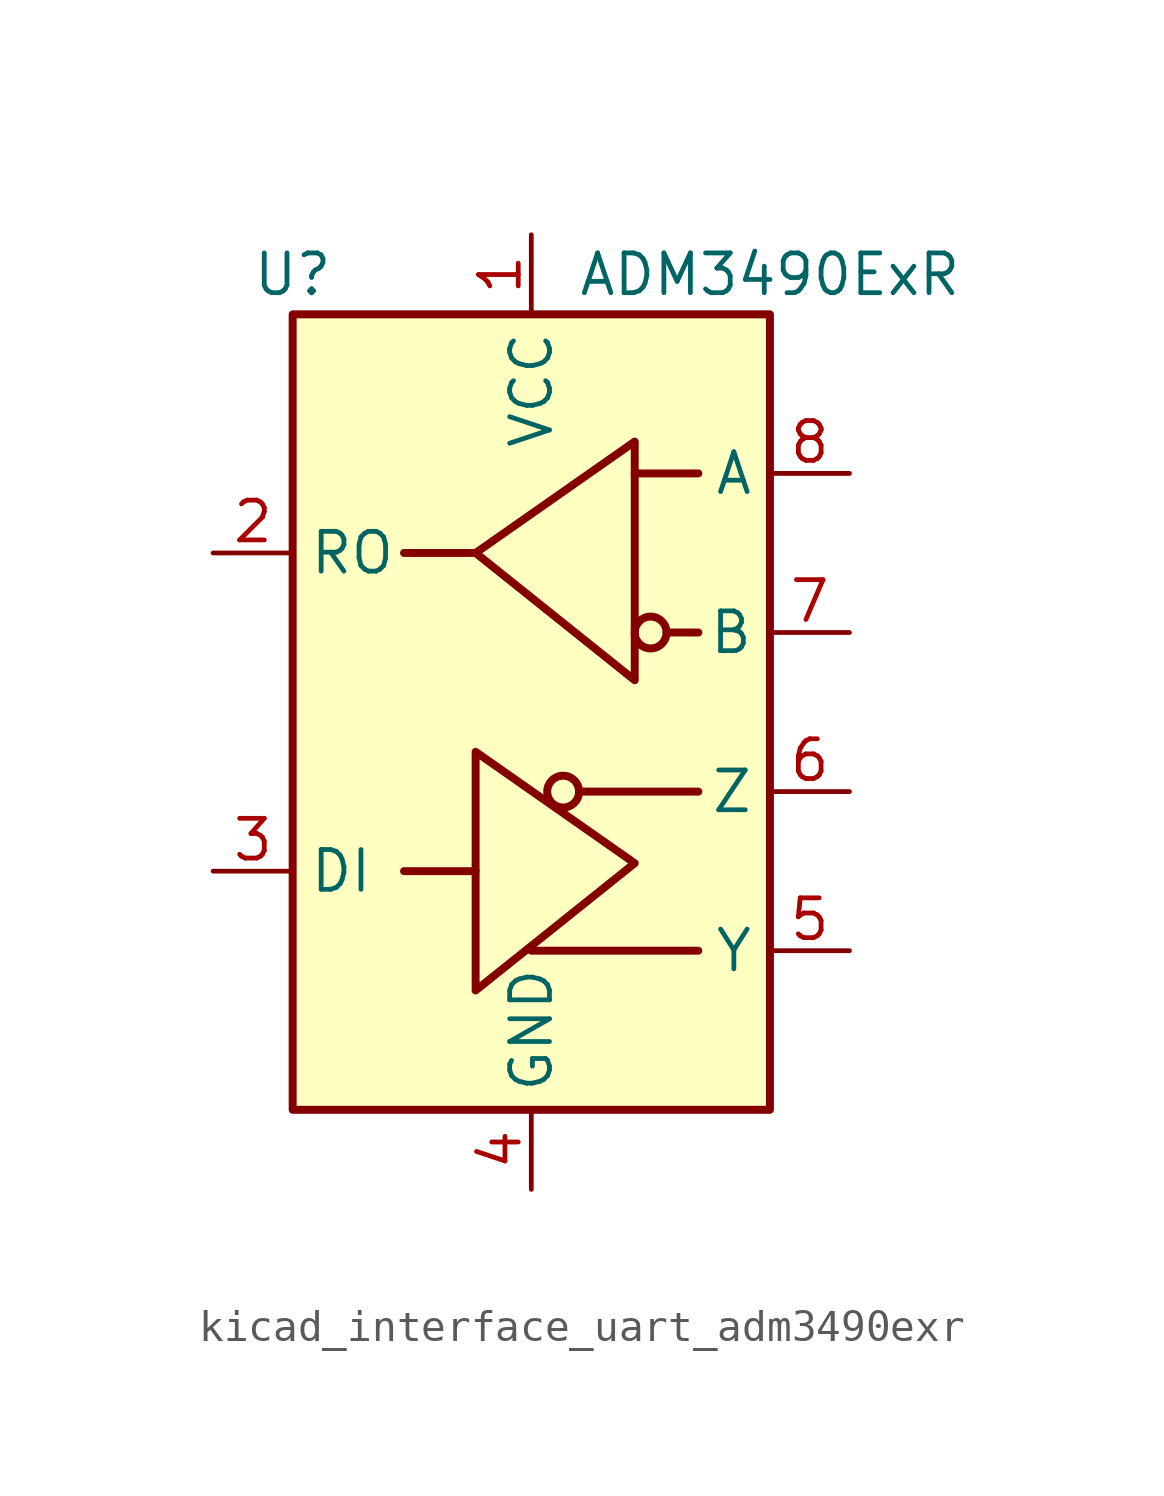
<source format=kicad_sym>
(kicad_symbol_lib
  (version 20220914)
  (generator kicad_symbol_editor)
  (symbol "kicad_interface_uart_adm3490exr"
    (property "Reference" "U"
      (at -7.62 13.97 0)
      (effects (font (size 1.27 1.27))))
    (property "Value" "ADM3490ExR"
      (at 7.62 13.97 0)
      (effects (font (size 1.27 1.27))))
    (symbol "kicad_interface_uart_adm3490exr_0_1"
      (rectangle (start -7.62 12.7) (end 7.62 -12.7) (stroke (width 0.254) (type default)) (fill (type background)))
      (polyline (pts (xy -1.778 -5.08) (xy -4.064 -5.08)) (stroke (width 0.254) (type default)) (fill (type none)))
      (polyline (pts (xy -1.778 5.08) (xy -4.064 5.08)) (stroke (width 0.254) (type default)) (fill (type none)))
      (polyline (pts (xy 0 -7.62) (xy 5.334 -7.62)) (stroke (width 0.254) (type default)) (fill (type none)))
      (polyline (pts (xy 1.524 -2.54) (xy 5.334 -2.54)) (stroke (width 0.254) (type default)) (fill (type none)))
      (polyline (pts (xy 3.302 7.62) (xy 5.334 7.62)) (stroke (width 0.254) (type default)) (fill (type none)))
      (polyline (pts (xy 4.318 2.54) (xy 5.334 2.54)) (stroke (width 0.254) (type default)) (fill (type none)))
      (polyline (pts (xy -1.778 -5.08) (xy -1.778 -1.27) (xy 3.302 -4.826) (xy -1.778 -8.89) (xy -1.778 -5.08)) (stroke (width 0.254) (type default)) (fill (type none)))
      (circle (center 1.016 -2.54) (radius 0.508) (stroke (width 0.254) (type default)) (fill (type none))))
    (symbol "kicad_interface_uart_adm3490exr_1_1"
      (polyline (pts (xy 3.302 4.826) (xy 3.302 8.636) (xy -1.778 5.08) (xy 3.302 1.016) (xy 3.302 4.826)) (stroke (width 0.254) (type default)) (fill (type none)))
      (circle (center 3.81 2.54) (radius 0.508) (stroke (width 0.254) (type default)) (fill (type none)))
      (pin power_in line (at 0 15.24 270) (length 2.54) (name "VCC" (effects (font (size 1.27 1.27)))) (number "1" (effects (font (size 1.27 1.27)))))
      (pin output line (at -10.16 5.08 0) (length 2.54) (name "RO" (effects (font (size 1.27 1.27)))) (number "2" (effects (font (size 1.27 1.27)))))
      (pin input line (at -10.16 -5.08 0) (length 2.54) (name "DI" (effects (font (size 1.27 1.27)))) (number "3" (effects (font (size 1.27 1.27)))))
      (pin power_in line (at 0 -15.24 90) (length 2.54) (name "GND" (effects (font (size 1.27 1.27)))) (number "4" (effects (font (size 1.27 1.27)))))
      (pin output line (at 10.16 -7.62 180) (length 2.54) (name "Y" (effects (font (size 1.27 1.27)))) (number "5" (effects (font (size 1.27 1.27)))))
      (pin output line (at 10.16 -2.54 180) (length 2.54) (name "Z" (effects (font (size 1.27 1.27)))) (number "6" (effects (font (size 1.27 1.27)))))
      (pin input line (at 10.16 2.54 180) (length 2.54) (name "B" (effects (font (size 1.27 1.27)))) (number "7" (effects (font (size 1.27 1.27)))))
      (pin input line (at 10.16 7.62 180) (length 2.54) (name "A" (effects (font (size 1.27 1.27)))) (number "8" (effects (font (size 1.27 1.27))))))))
</source>
